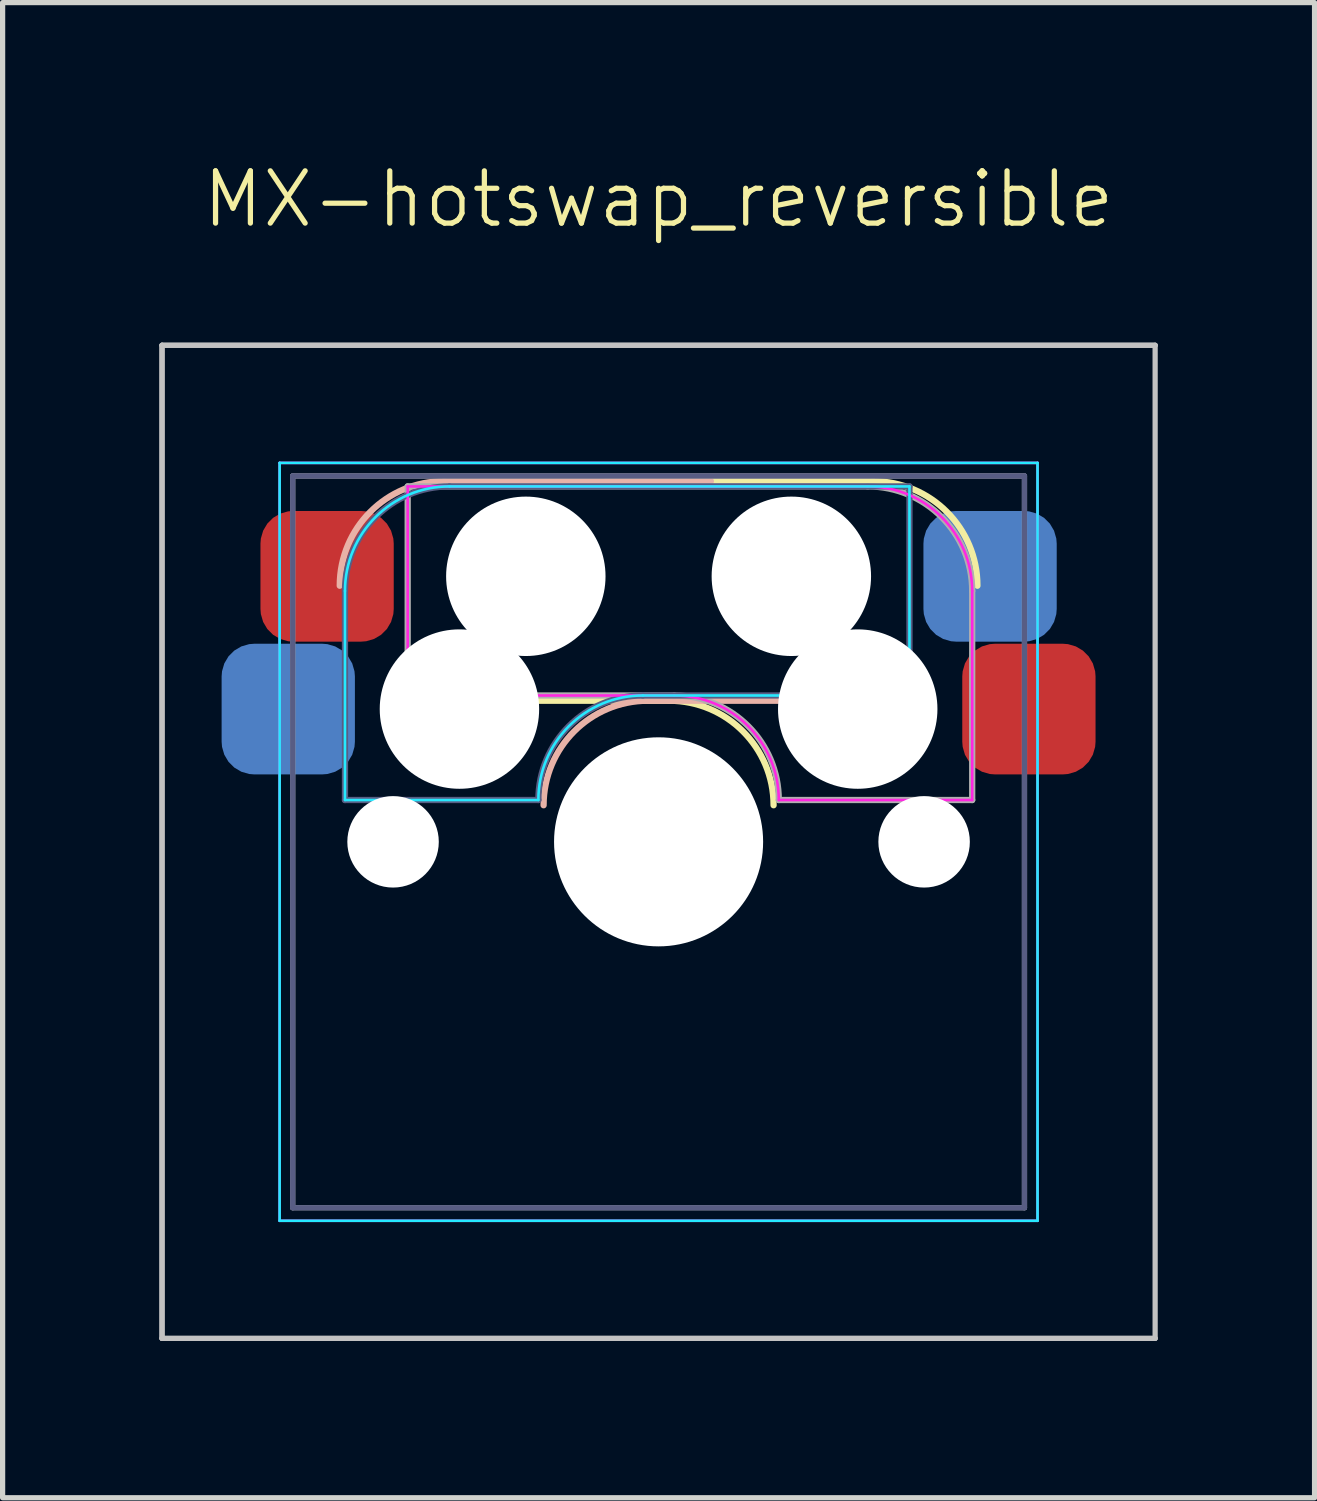
<source format=kicad_pcb>
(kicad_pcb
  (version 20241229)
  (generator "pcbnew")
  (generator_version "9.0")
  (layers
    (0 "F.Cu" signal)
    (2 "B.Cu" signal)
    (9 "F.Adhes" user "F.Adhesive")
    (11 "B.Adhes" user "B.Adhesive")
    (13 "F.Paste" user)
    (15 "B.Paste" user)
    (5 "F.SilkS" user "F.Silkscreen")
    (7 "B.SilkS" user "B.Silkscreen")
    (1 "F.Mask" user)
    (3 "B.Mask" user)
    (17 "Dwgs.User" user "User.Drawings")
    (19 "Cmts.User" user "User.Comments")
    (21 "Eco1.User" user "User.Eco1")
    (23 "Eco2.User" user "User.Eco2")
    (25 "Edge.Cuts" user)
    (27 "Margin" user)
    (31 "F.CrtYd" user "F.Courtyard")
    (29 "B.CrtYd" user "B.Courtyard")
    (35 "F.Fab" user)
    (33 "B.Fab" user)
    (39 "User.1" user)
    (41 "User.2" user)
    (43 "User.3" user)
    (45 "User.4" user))
  (footprint "MX-hotswap_reversible"
    (layer "F.Cu")
    (at 9.55 13.056)
    (property "Reference" "MX-hotswap_reversible" (at 0 -12.295 0) (unlocked yes) (layer "F.SilkS") (effects (font (size 1 1) (thickness 0.1))))
    (attr through_hole)
    (fp_line (start 0.2 -2.7) (end -4.9 -2.7) (stroke (width 0.12) (type solid)) (layer "F.SilkS"))
    (fp_line (start 4.1 -6.9) (end -1 -6.9) (stroke (width 0.12) (type solid)) (layer "F.SilkS"))
    (fp_arc (start 0.2 -2.7) (mid 1.614214 -2.114214) (end 2.2 -0.7) (stroke (width 0.12) (type solid)) (layer "F.SilkS"))
    (fp_arc (start 4.1 -6.9) (mid 5.514214 -6.314214) (end 6.1 -4.9) (stroke (width 0.12) (type solid)) (layer "F.SilkS"))
    (fp_line (start -4.1 -6.9) (end 1 -6.9) (stroke (width 0.12) (type solid)) (layer "B.SilkS"))
    (fp_line (start -0.2 -2.7) (end 4.9 -2.7) (stroke (width 0.12) (type solid)) (layer "B.SilkS"))
    (fp_arc (start -6.1 -4.9) (mid -5.514214 -6.314214) (end -4.1 -6.9) (stroke (width 0.12) (type solid)) (layer "B.SilkS"))
    (fp_arc (start -2.2 -0.7) (mid -1.614214 -2.114214) (end -0.2 -2.7) (stroke (width 0.12) (type solid)) (layer "B.SilkS"))
    (fp_line (start -9.5 -9.5) (end -9.5 9.5) (stroke (width 0.1) (type solid)) (layer "Dwgs.User"))
    (fp_line (start -9.5 -9.5) (end 9.5 -9.5) (stroke (width 0.1) (type solid)) (layer "Dwgs.User"))
    (fp_line (start -9.5 9.5) (end -9.5 -9.5) (stroke (width 0.1) (type solid)) (layer "Dwgs.User"))
    (fp_line (start -9.5 9.5) (end 9.5 9.5) (stroke (width 0.1) (type solid)) (layer "Dwgs.User"))
    (fp_line (start 9.5 -9.5) (end -9.5 -9.5) (stroke (width 0.1) (type solid)) (layer "Dwgs.User"))
    (fp_line (start 9.5 9.5) (end -9.5 9.5) (stroke (width 0.1) (type solid)) (layer "Dwgs.User"))
    (fp_line (start 9.5 9.5) (end 9.5 -9.5) (stroke (width 0.1) (type solid)) (layer "Dwgs.User"))
    (fp_line (start -7.8 -6) (end -7.8 -2.9) (stroke (width 0.1) (type solid)) (layer "Eco1.User"))
    (fp_line (start -7.8 -6) (end -7 -6) (stroke (width 0.1) (type solid)) (layer "Eco1.User"))
    (fp_line (start -7.8 -2.9) (end -7.8 -6) (stroke (width 0.1) (type solid)) (layer "Eco1.User"))
    (fp_line (start -7.8 -2.9) (end -7 -2.9) (stroke (width 0.1) (type solid)) (layer "Eco1.User"))
    (fp_line (start -7.8 2.9) (end -7.8 6) (stroke (width 0.1) (type solid)) (layer "Eco1.User"))
    (fp_line (start -7.8 2.9) (end -7 2.9) (stroke (width 0.1) (type solid)) (layer "Eco1.User"))
    (fp_line (start -7.8 6) (end -7.8 2.9) (stroke (width 0.1) (type solid)) (layer "Eco1.User"))
    (fp_line (start -7.8 6) (end -7 6) (stroke (width 0.1) (type solid)) (layer "Eco1.User"))
    (fp_line (start -7 -7) (end -7 -6) (stroke (width 0.1) (type solid)) (layer "Eco1.User"))
    (fp_line (start -7 -7) (end 7 -7) (stroke (width 0.1) (type solid)) (layer "Eco1.User"))
    (fp_line (start -7 -6) (end -7.8 -6) (stroke (width 0.1) (type solid)) (layer "Eco1.User"))
    (fp_line (start -7 -6) (end -7 -7) (stroke (width 0.1) (type solid)) (layer "Eco1.User"))
    (fp_line (start -7 -2.9) (end -7.8 -2.9) (stroke (width 0.1) (type solid)) (layer "Eco1.User"))
    (fp_line (start -7 -2.9) (end -7 2.9) (stroke (width 0.1) (type solid)) (layer "Eco1.User"))
    (fp_line (start -7 2.9) (end -7.8 2.9) (stroke (width 0.1) (type solid)) (layer "Eco1.User"))
    (fp_line (start -7 2.9) (end -7 -2.9) (stroke (width 0.1) (type solid)) (layer "Eco1.User"))
    (fp_line (start -7 6) (end -7.8 6) (stroke (width 0.1) (type solid)) (layer "Eco1.User"))
    (fp_line (start -7 6) (end -7 7) (stroke (width 0.1) (type solid)) (layer "Eco1.User"))
    (fp_line (start -7 7) (end -7 6) (stroke (width 0.1) (type solid)) (layer "Eco1.User"))
    (fp_line (start -7 7) (end 7 7) (stroke (width 0.1) (type solid)) (layer "Eco1.User"))
    (fp_line (start 7 -7) (end -7 -7) (stroke (width 0.1) (type solid)) (layer "Eco1.User"))
    (fp_line (start 7 -7) (end 7 -6) (stroke (width 0.1) (type solid)) (layer "Eco1.User"))
    (fp_line (start 7 -6) (end 7 -7) (stroke (width 0.1) (type solid)) (layer "Eco1.User"))
    (fp_line (start 7 -6) (end 7.8 -6) (stroke (width 0.1) (type solid)) (layer "Eco1.User"))
    (fp_line (start 7 -2.9) (end 7 2.9) (stroke (width 0.1) (type solid)) (layer "Eco1.User"))
    (fp_line (start 7 -2.9) (end 7.8 -2.9) (stroke (width 0.1) (type solid)) (layer "Eco1.User"))
    (fp_line (start 7 2.9) (end 7 -2.9) (stroke (width 0.1) (type solid)) (layer "Eco1.User"))
    (fp_line (start 7 2.9) (end 7.8 2.9) (stroke (width 0.1) (type solid)) (layer "Eco1.User"))
    (fp_line (start 7 6) (end 7 7) (stroke (width 0.1) (type solid)) (layer "Eco1.User"))
    (fp_line (start 7 6) (end 7.8 6) (stroke (width 0.1) (type solid)) (layer "Eco1.User"))
    (fp_line (start 7 7) (end -7 7) (stroke (width 0.1) (type solid)) (layer "Eco1.User"))
    (fp_line (start 7 7) (end 7 6) (stroke (width 0.1) (type solid)) (layer "Eco1.User"))
    (fp_line (start 7.8 -6) (end 7 -6) (stroke (width 0.1) (type solid)) (layer "Eco1.User"))
    (fp_line (start 7.8 -6) (end 7.8 -2.9) (stroke (width 0.1) (type solid)) (layer "Eco1.User"))
    (fp_line (start 7.8 -2.9) (end 7 -2.9) (stroke (width 0.1) (type solid)) (layer "Eco1.User"))
    (fp_line (start 7.8 -2.9) (end 7.8 -6) (stroke (width 0.1) (type solid)) (layer "Eco1.User"))
    (fp_line (start 7.8 2.9) (end 7 2.9) (stroke (width 0.1) (type solid)) (layer "Eco1.User"))
    (fp_line (start 7.8 2.9) (end 7.8 6) (stroke (width 0.1) (type solid)) (layer "Eco1.User"))
    (fp_line (start 7.8 6) (end 7 6) (stroke (width 0.1) (type solid)) (layer "Eco1.User"))
    (fp_line (start 7.8 6) (end 7.8 2.9) (stroke (width 0.1) (type solid)) (layer "Eco1.User"))
    (fp_line (start -7.25 -7.25) (end 7.25 -7.25) (stroke (width 0.05) (type solid)) (layer "B.CrtYd"))
    (fp_line (start -7.25 7.25) (end -7.25 -7.25) (stroke (width 0.05) (type solid)) (layer "B.CrtYd"))
    (fp_line (start -6 -0.8) (end -6 -4.8) (stroke (width 0.05) (type solid)) (layer "B.CrtYd"))
    (fp_line (start -6 -0.8) (end -2.3 -0.8) (stroke (width 0.05) (type solid)) (layer "B.CrtYd"))
    (fp_line (start -4 -6.8) (end 4.8 -6.8) (stroke (width 0.05) (type solid)) (layer "B.CrtYd"))
    (fp_line (start -0.3 -2.8) (end 4.8 -2.8) (stroke (width 0.05) (type solid)) (layer "B.CrtYd"))
    (fp_line (start 4.8 -6.8) (end 4.8 -2.8) (stroke (width 0.05) (type solid)) (layer "B.CrtYd"))
    (fp_line (start 7.25 -7.25) (end 7.25 7.25) (stroke (width 0.05) (type solid)) (layer "B.CrtYd"))
    (fp_line (start 7.25 7.25) (end -7.25 7.25) (stroke (width 0.05) (type solid)) (layer "B.CrtYd"))
    (fp_arc (start -6 -4.8) (mid -5.414214 -6.214214) (end -4 -6.8) (stroke (width 0.05) (type solid)) (layer "B.CrtYd"))
    (fp_arc (start -2.3 -0.8) (mid -1.714214 -2.214214) (end -0.3 -2.8) (stroke (width 0.05) (type solid)) (layer "B.CrtYd"))
    (fp_line (start -7.25 -7.25) (end -7.25 7.25) (stroke (width 0.05) (type solid)) (layer "F.CrtYd"))
    (fp_line (start -7.25 7.25) (end 7.25 7.25) (stroke (width 0.05) (type solid)) (layer "F.CrtYd"))
    (fp_line (start -4.8 -6.8) (end -4.8 -2.8) (stroke (width 0.05) (type solid)) (layer "F.CrtYd"))
    (fp_line (start 0.3 -2.8) (end -4.8 -2.8) (stroke (width 0.05) (type solid)) (layer "F.CrtYd"))
    (fp_line (start 4 -6.8) (end -4.8 -6.8) (stroke (width 0.05) (type solid)) (layer "F.CrtYd"))
    (fp_line (start 6 -0.8) (end 2.3 -0.8) (stroke (width 0.05) (type solid)) (layer "F.CrtYd"))
    (fp_line (start 6 -0.8) (end 6 -4.8) (stroke (width 0.05) (type solid)) (layer "F.CrtYd"))
    (fp_line (start 7.25 -7.25) (end -7.25 -7.25) (stroke (width 0.05) (type solid)) (layer "F.CrtYd"))
    (fp_line (start 7.25 7.25) (end 7.25 -7.25) (stroke (width 0.05) (type solid)) (layer "F.CrtYd"))
    (fp_arc (start 0.3 -2.8) (mid 1.714214 -2.214214) (end 2.3 -0.8) (stroke (width 0.05) (type solid)) (layer "F.CrtYd"))
    (fp_arc (start 4 -6.8) (mid 5.414214 -6.214214) (end 6 -4.8) (stroke (width 0.05) (type solid)) (layer "F.CrtYd"))
    (fp_line (start -7 -7) (end 7 -7) (stroke (width 0.1) (type solid)) (layer "B.Fab"))
    (fp_line (start -7 7) (end -7 -7) (stroke (width 0.1) (type solid)) (layer "B.Fab"))
    (fp_line (start -6 -0.8) (end -6 -4.8) (stroke (width 0.12) (type solid)) (layer "B.Fab"))
    (fp_line (start -6 -0.8) (end -2.3 -0.8) (stroke (width 0.12) (type solid)) (layer "B.Fab"))
    (fp_line (start -4 -6.8) (end 4.8 -6.8) (stroke (width 0.12) (type solid)) (layer "B.Fab"))
    (fp_line (start -0.3 -2.8) (end 4.8 -2.8) (stroke (width 0.12) (type solid)) (layer "B.Fab"))
    (fp_line (start 4.8 -6.8) (end 4.8 -2.8) (stroke (width 0.12) (type solid)) (layer "B.Fab"))
    (fp_line (start 7 -7) (end 7 7) (stroke (width 0.1) (type solid)) (layer "B.Fab"))
    (fp_line (start 7 7) (end -7 7) (stroke (width 0.1) (type solid)) (layer "B.Fab"))
    (fp_arc (start -6 -4.8) (mid -5.414214 -6.214214) (end -4 -6.8) (stroke (width 0.12) (type solid)) (layer "B.Fab"))
    (fp_arc (start -2.3 -0.8) (mid -1.714214 -2.214214) (end -0.3 -2.8) (stroke (width 0.12) (type solid)) (layer "B.Fab"))
    (fp_line (start -7 -7) (end -7 7) (stroke (width 0.1) (type solid)) (layer "F.Fab"))
    (fp_line (start -7 7) (end 7 7) (stroke (width 0.1) (type solid)) (layer "F.Fab"))
    (fp_line (start -4.8 -6.8) (end -4.8 -2.8) (stroke (width 0.12) (type solid)) (layer "F.Fab"))
    (fp_line (start 0.3 -2.8) (end -4.8 -2.8) (stroke (width 0.12) (type solid)) (layer "F.Fab"))
    (fp_line (start 4 -6.8) (end -4.8 -6.8) (stroke (width 0.12) (type solid)) (layer "F.Fab"))
    (fp_line (start 6 -0.8) (end 2.3 -0.8) (stroke (width 0.12) (type solid)) (layer "F.Fab"))
    (fp_line (start 6 -0.8) (end 6 -4.8) (stroke (width 0.12) (type solid)) (layer "F.Fab"))
    (fp_line (start 7 -7) (end -7 -7) (stroke (width 0.1) (type solid)) (layer "F.Fab"))
    (fp_line (start 7 7) (end 7 -7) (stroke (width 0.1) (type solid)) (layer "F.Fab"))
    (fp_arc (start 0.3 -2.8) (mid 1.714214 -2.214214) (end 2.3 -0.8) (stroke (width 0.12) (type solid)) (layer "F.Fab"))
    (fp_arc (start 4 -6.8) (mid 5.414214 -6.214214) (end 6 -4.8) (stroke (width 0.12) (type solid)) (layer "F.Fab"))
    (pad "" np_thru_hole circle (at -5.08 0) (size 1.75 1.75) (drill 1.75) (layers "*.Cu" "*.Mask"))
    (pad "" np_thru_hole circle (at -3.81 -2.54) (size 3.05 3.05) (drill 3.05) (layers "*.Cu" "*.Mask"))
    (pad "" np_thru_hole circle (at -2.54 -5.08) (size 3.05 3.05) (drill 3.05) (layers "*.Cu" "*.Mask"))
    (pad "" np_thru_hole circle (at 0 0) (size 4 4) (drill 4) (layers "*.Cu" "*.Mask"))
    (pad "" np_thru_hole circle (at 2.54 -5.08) (size 3.05 3.05) (drill 3.05) (layers "*.Cu" "*.Mask"))
    (pad "" np_thru_hole circle (at 3.81 -2.54) (size 3.05 3.05) (drill 3.05) (layers "*.Cu" "*.Mask"))
    (pad "" np_thru_hole circle (at 5.08 0) (size 1.75 1.75) (drill 1.75) (layers "*.Cu" "*.Mask"))
    (pad "1" smd roundrect (at -7.085 -2.54) (size 2.55 2.5) (layers "B.Cu" "B.Mask" "B.Paste") (roundrect_rratio 0.25))
    (pad "1" smd roundrect (at -6.342 -5.08) (size 2.55 2.5) (layers "F.Cu" "F.Mask" "F.Paste") (roundrect_rratio 0.25))
    (pad "2" smd roundrect (at 6.342 -5.08) (size 2.55 2.5) (layers "B.Cu" "B.Mask" "B.Paste") (roundrect_rratio 0.25))
    (pad "2" smd roundrect (at 7.085 -2.54) (size 2.55 2.5) (layers "F.Cu" "F.Mask" "F.Paste") (roundrect_rratio 0.25)))
  (gr_rect
    (start -3 -3)
    (end 22.1 25.605)
    (stroke (width 0.1) (type default))
    (fill no)
    (layer "Edge.Cuts")))
</source>
